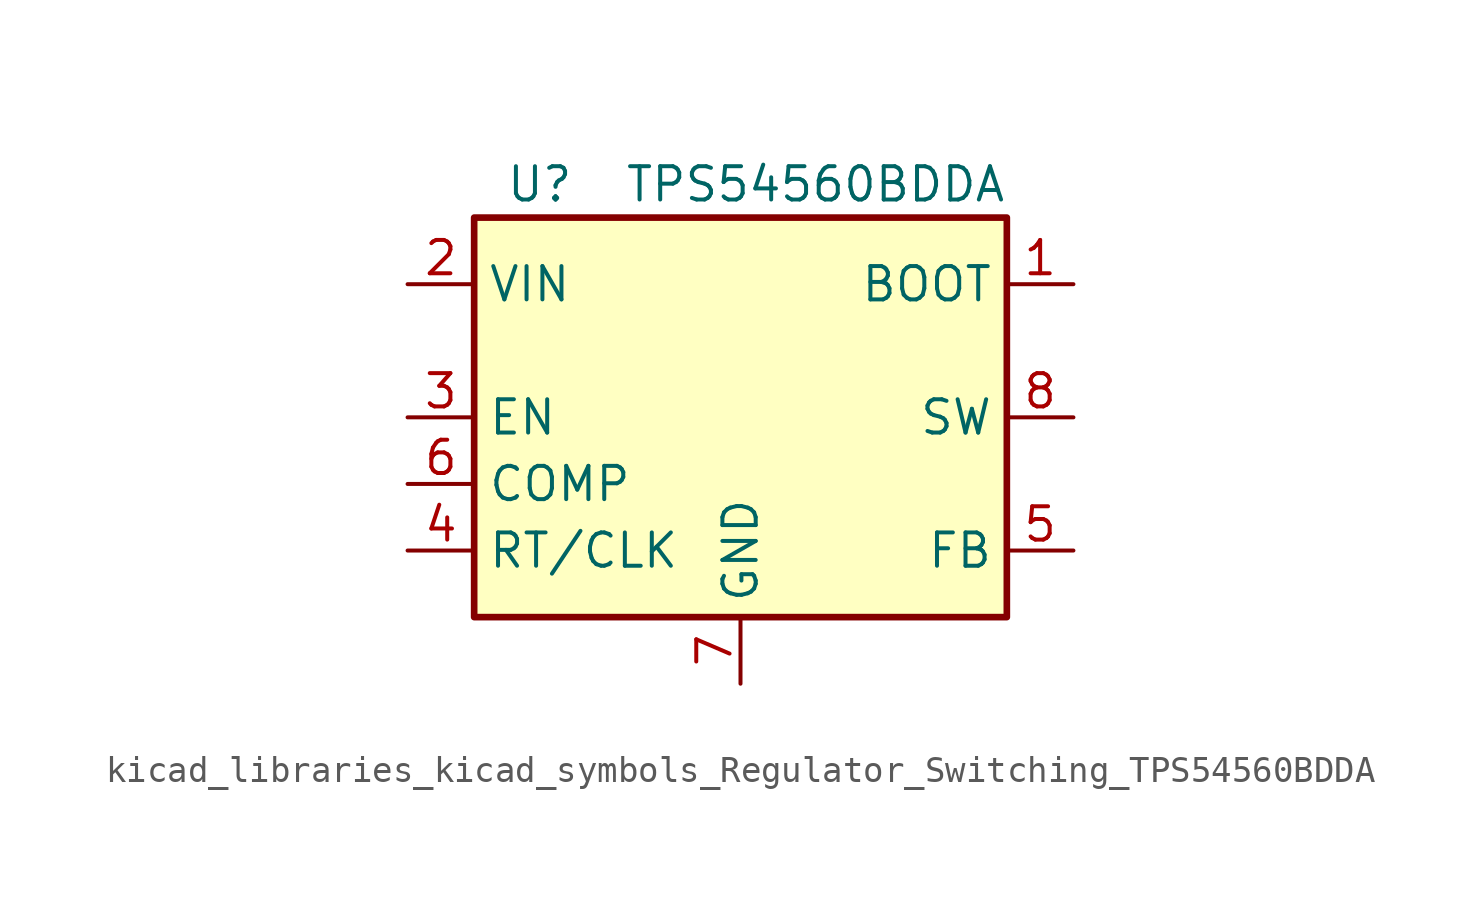
<source format=kicad_sym>
(kicad_symbol_lib
  (version 20220914)
  (generator kicad_symbol_editor)
  (symbol "kicad_libraries_kicad_symbols_Regulator_Switching_TPS54560BDDA"
    (property "Reference" "U"
      (at -6.35 8.89 0)
      (effects (font (size 1.27 1.27)) (justify right)))
    (property "Value" "TPS54560BDDA"
      (at 10.16 8.89 0)
      (effects (font (size 1.27 1.27)) (justify right)))
    (symbol "kicad_libraries_kicad_symbols_Regulator_Switching_TPS54560BDDA_0_1"
      (rectangle (start -10.16 7.62) (end 10.16 -7.62) (stroke (width 0.254) (type default)) (fill (type background))))
    (symbol "kicad_libraries_kicad_symbols_Regulator_Switching_TPS54560BDDA_1_1"
      (pin passive line (at 12.7 5.08 180) (length 2.54) (name "BOOT" (effects (font (size 1.27 1.27)))) (number "1" (effects (font (size 1.27 1.27)))))
      (pin power_in line (at -12.7 5.08 0) (length 2.54) (name "VIN" (effects (font (size 1.27 1.27)))) (number "2" (effects (font (size 1.27 1.27)))))
      (pin input line (at -12.7 0 0) (length 2.54) (name "EN" (effects (font (size 1.27 1.27)))) (number "3" (effects (font (size 1.27 1.27)))))
      (pin passive line (at -12.7 -5.08 0) (length 2.54) (name "RT/CLK" (effects (font (size 1.27 1.27)))) (number "4" (effects (font (size 1.27 1.27)))))
      (pin input line (at 12.7 -5.08 180) (length 2.54) (name "FB" (effects (font (size 1.27 1.27)))) (number "5" (effects (font (size 1.27 1.27)))))
      (pin output line (at -12.7 -2.54 0) (length 2.54) (name "COMP" (effects (font (size 1.27 1.27)))) (number "6" (effects (font (size 1.27 1.27)))))
      (pin power_in line (at 0 -10.16 90) (length 2.54) (name "GND" (effects (font (size 1.27 1.27)))) (number "7" (effects (font (size 1.27 1.27)))))
      (pin power_out line (at 12.7 0 180) (length 2.54) (name "SW" (effects (font (size 1.27 1.27)))) (number "8" (effects (font (size 1.27 1.27)))))
      (pin passive line (at 0 -10.16 90) (length 2.54) hide (name "GND" (effects (font (size 1.27 1.27)))) (number "9" (effects (font (size 1.27 1.27))))))))
</source>
